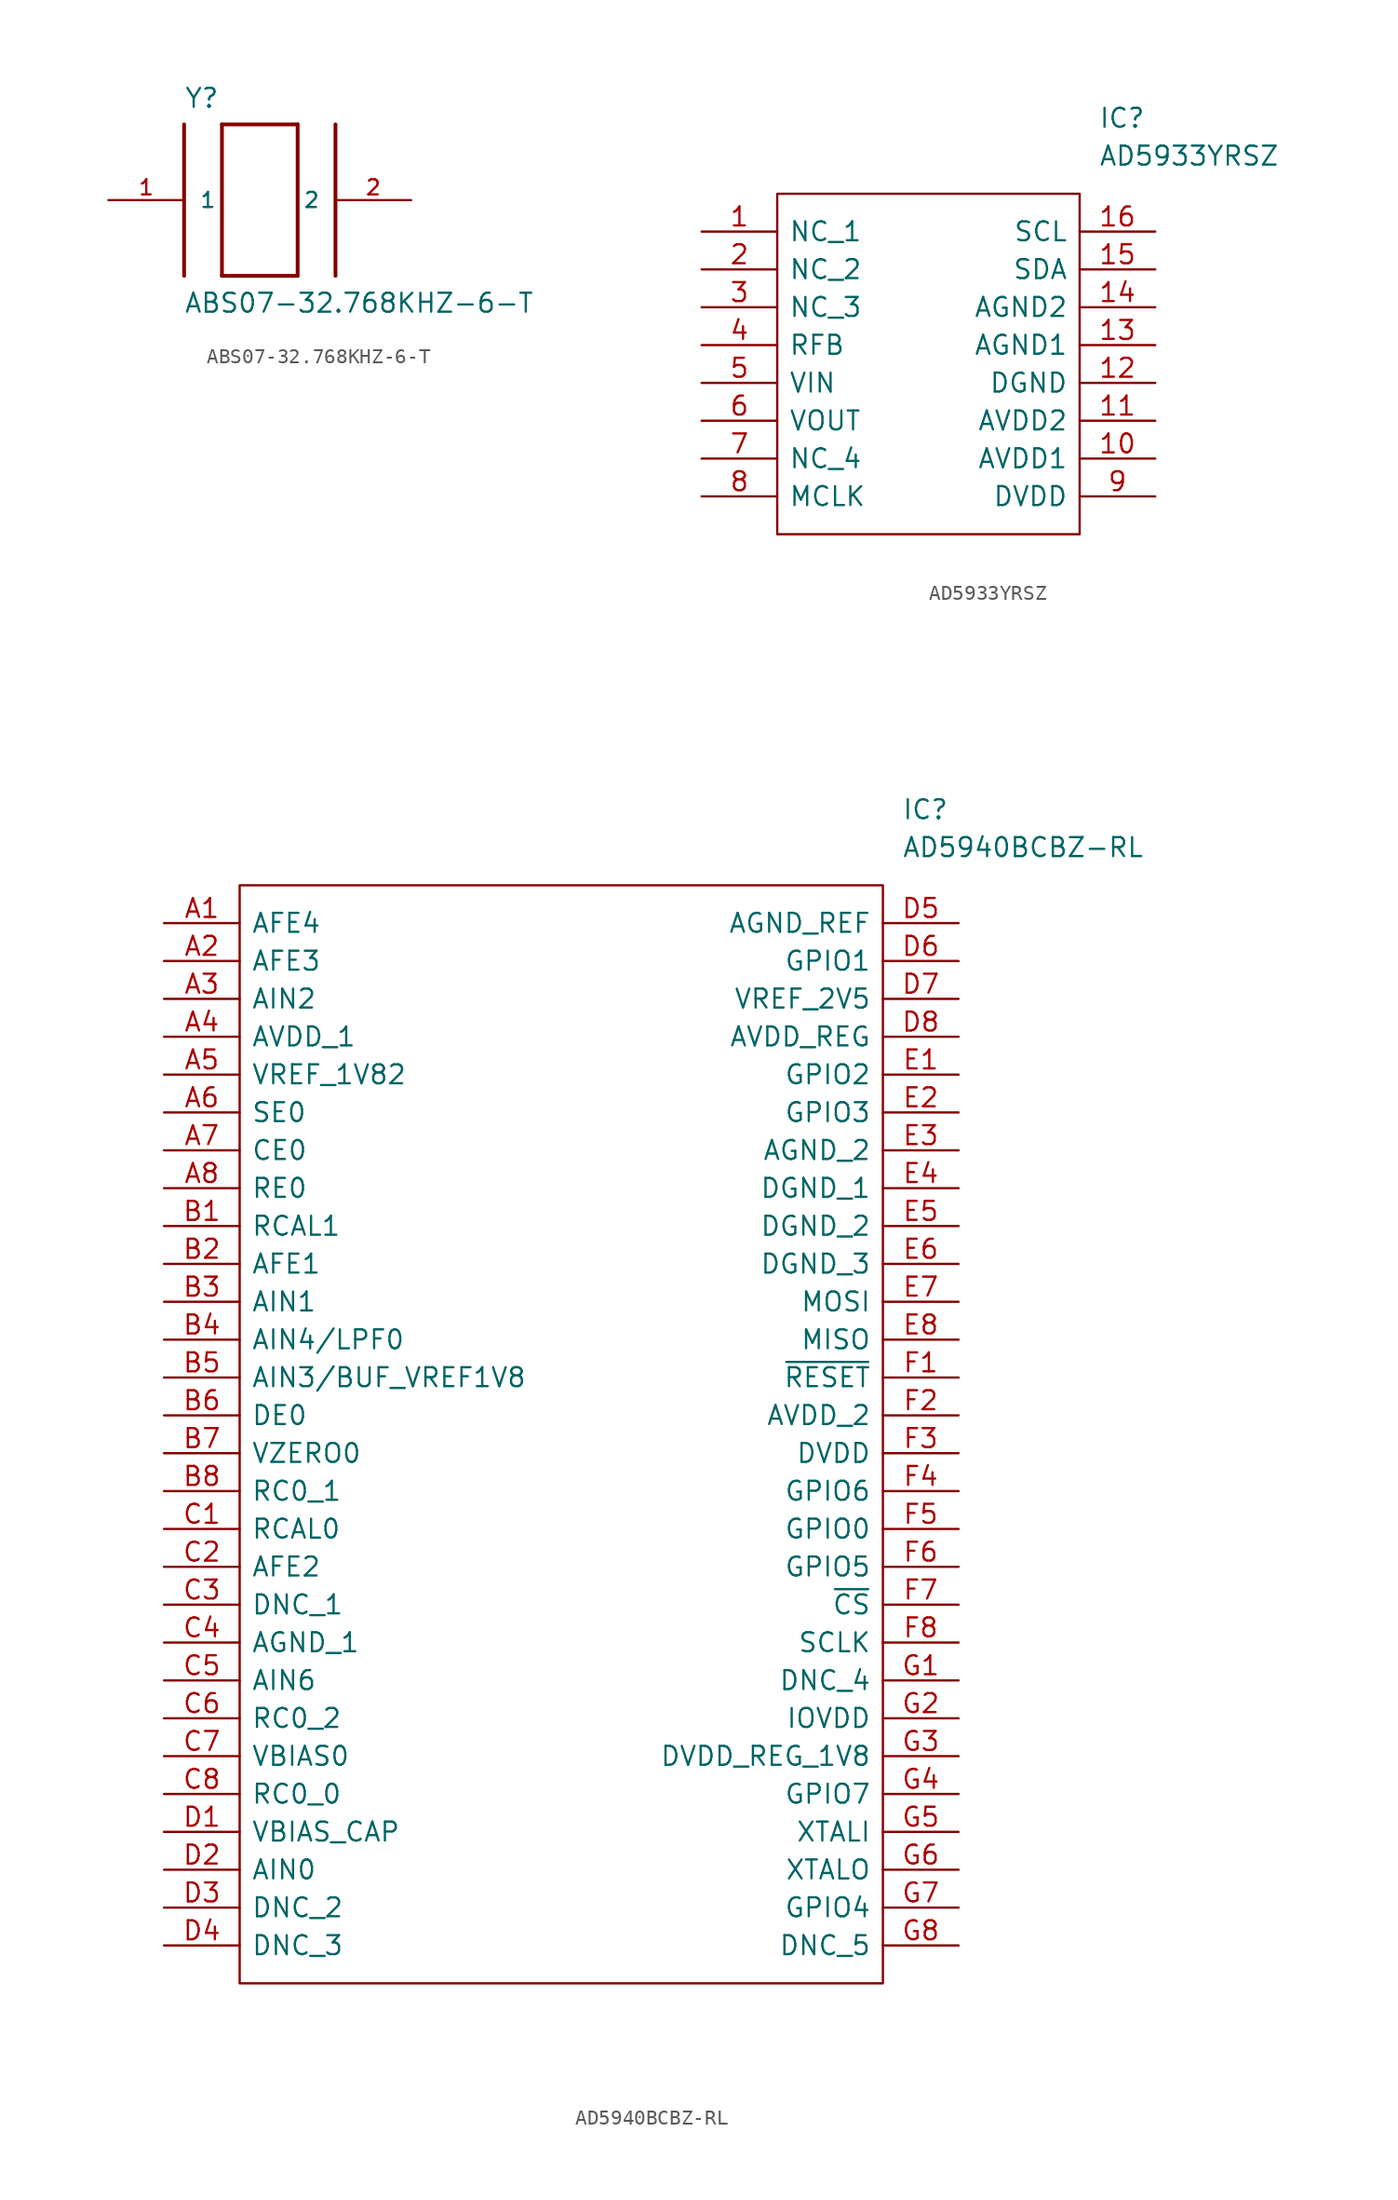
<source format=kicad_sym>
(kicad_symbol_lib
  (version 20211014)
  (generator kicad_symbol_editor)
  (symbol "ABS07-32.768KHZ-6-T"
    (pin_names
      (offset 1.016))
    (property "Reference" "Y"
      (at -5.08 6.096 0)
      (effects (font (size 1.27 1.27)) (justify left bottom)))
    (property "Value" "ABS07-32.768KHZ-6-T"
      (at -5.105 -7.645 0)
      (effects (font (size 1.27 1.27)) (justify left bottom)))
    (symbol "ABS07-32.768KHZ-6-T_0_0"
      (polyline (pts (xy -5.08 5.08) (xy -5.08 -5.08)) (stroke (width 0.254) (type default) (color 0 0 0 0)) (fill (type none)))
      (polyline (pts (xy -2.54 -5.08) (xy -2.54 5.08)) (stroke (width 0.254) (type default) (color 0 0 0 0)) (fill (type none)))
      (polyline (pts (xy -2.54 5.08) (xy 2.54 5.08)) (stroke (width 0.254) (type default) (color 0 0 0 0)) (fill (type none)))
      (polyline (pts (xy 2.54 -5.08) (xy -2.54 -5.08)) (stroke (width 0.254) (type default) (color 0 0 0 0)) (fill (type none)))
      (polyline (pts (xy 2.54 5.08) (xy 2.54 -5.08)) (stroke (width 0.254) (type default) (color 0 0 0 0)) (fill (type none)))
      (polyline (pts (xy 5.08 5.08) (xy 5.08 -5.08)) (stroke (width 0.254) (type default) (color 0 0 0 0)) (fill (type none)))
      (pin passive line (at -10.16 0 0) (length 5.08) (name "1" (effects (font (size 1.016 1.016)))) (number "1" (effects (font (size 1.016 1.016)))))
      (pin passive line (at 10.16 0 180) (length 5.08) (name "2" (effects (font (size 1.016 1.016)))) (number "2" (effects (font (size 1.016 1.016)))))))
  (symbol "AD5933YRSZ"
    (pin_names
      (offset 0.762))
    (property "Reference" "IC"
      (at 26.67 7.62 0)
      (effects (font (size 1.27 1.27)) (justify left)))
    (property "Value" "AD5933YRSZ"
      (at 26.67 5.08 0)
      (effects (font (size 1.27 1.27)) (justify left)))
    (symbol "AD5933YRSZ_0_0"
      (pin passive line (at 0 0 0) (length 5.08) (name "NC_1" (effects (font (size 1.27 1.27)))) (number "1" (effects (font (size 1.27 1.27)))))
      (pin passive line (at 30.48 -15.24 180) (length 5.08) (name "AVDD1" (effects (font (size 1.27 1.27)))) (number "10" (effects (font (size 1.27 1.27)))))
      (pin passive line (at 30.48 -12.7 180) (length 5.08) (name "AVDD2" (effects (font (size 1.27 1.27)))) (number "11" (effects (font (size 1.27 1.27)))))
      (pin passive line (at 30.48 -10.16 180) (length 5.08) (name "DGND" (effects (font (size 1.27 1.27)))) (number "12" (effects (font (size 1.27 1.27)))))
      (pin passive line (at 30.48 -7.62 180) (length 5.08) (name "AGND1" (effects (font (size 1.27 1.27)))) (number "13" (effects (font (size 1.27 1.27)))))
      (pin passive line (at 30.48 -5.08 180) (length 5.08) (name "AGND2" (effects (font (size 1.27 1.27)))) (number "14" (effects (font (size 1.27 1.27)))))
      (pin passive line (at 30.48 -2.54 180) (length 5.08) (name "SDA" (effects (font (size 1.27 1.27)))) (number "15" (effects (font (size 1.27 1.27)))))
      (pin passive line (at 30.48 0 180) (length 5.08) (name "SCL" (effects (font (size 1.27 1.27)))) (number "16" (effects (font (size 1.27 1.27)))))
      (pin passive line (at 0 -2.54 0) (length 5.08) (name "NC_2" (effects (font (size 1.27 1.27)))) (number "2" (effects (font (size 1.27 1.27)))))
      (pin passive line (at 0 -5.08 0) (length 5.08) (name "NC_3" (effects (font (size 1.27 1.27)))) (number "3" (effects (font (size 1.27 1.27)))))
      (pin passive line (at 0 -7.62 0) (length 5.08) (name "RFB" (effects (font (size 1.27 1.27)))) (number "4" (effects (font (size 1.27 1.27)))))
      (pin passive line (at 0 -10.16 0) (length 5.08) (name "VIN" (effects (font (size 1.27 1.27)))) (number "5" (effects (font (size 1.27 1.27)))))
      (pin passive line (at 0 -12.7 0) (length 5.08) (name "VOUT" (effects (font (size 1.27 1.27)))) (number "6" (effects (font (size 1.27 1.27)))))
      (pin passive line (at 0 -15.24 0) (length 5.08) (name "NC_4" (effects (font (size 1.27 1.27)))) (number "7" (effects (font (size 1.27 1.27)))))
      (pin passive line (at 0 -17.78 0) (length 5.08) (name "MCLK" (effects (font (size 1.27 1.27)))) (number "8" (effects (font (size 1.27 1.27)))))
      (pin passive line (at 30.48 -17.78 180) (length 5.08) (name "DVDD" (effects (font (size 1.27 1.27)))) (number "9" (effects (font (size 1.27 1.27))))))
    (symbol "AD5933YRSZ_0_1"
      (polyline (pts (xy 5.08 2.54) (xy 25.4 2.54) (xy 25.4 -20.32) (xy 5.08 -20.32) (xy 5.08 2.54)) (stroke (width 0.152) (type default) (color 0 0 0 0)) (fill (type none)))))
  (symbol "AD5940BCBZ-RL"
    (pin_names
      (offset 0.762))
    (property "Reference" "IC"
      (at 49.53 7.62 0)
      (effects (font (size 1.27 1.27)) (justify left)))
    (property "Value" "AD5940BCBZ-RL"
      (at 49.53 5.08 0)
      (effects (font (size 1.27 1.27)) (justify left)))
    (symbol "AD5940BCBZ-RL_0_0"
      (pin passive line (at 0 0 0) (length 5.08) (name "AFE4" (effects (font (size 1.27 1.27)))) (number "A1" (effects (font (size 1.27 1.27)))))
      (pin passive line (at 0 -2.54 0) (length 5.08) (name "AFE3" (effects (font (size 1.27 1.27)))) (number "A2" (effects (font (size 1.27 1.27)))))
      (pin passive line (at 0 -5.08 0) (length 5.08) (name "AIN2" (effects (font (size 1.27 1.27)))) (number "A3" (effects (font (size 1.27 1.27)))))
      (pin passive line (at 0 -7.62 0) (length 5.08) (name "AVDD_1" (effects (font (size 1.27 1.27)))) (number "A4" (effects (font (size 1.27 1.27)))))
      (pin passive line (at 0 -10.16 0) (length 5.08) (name "VREF_1V82" (effects (font (size 1.27 1.27)))) (number "A5" (effects (font (size 1.27 1.27)))))
      (pin passive line (at 0 -12.7 0) (length 5.08) (name "SE0" (effects (font (size 1.27 1.27)))) (number "A6" (effects (font (size 1.27 1.27)))))
      (pin passive line (at 0 -15.24 0) (length 5.08) (name "CE0" (effects (font (size 1.27 1.27)))) (number "A7" (effects (font (size 1.27 1.27)))))
      (pin passive line (at 0 -17.78 0) (length 5.08) (name "RE0" (effects (font (size 1.27 1.27)))) (number "A8" (effects (font (size 1.27 1.27)))))
      (pin passive line (at 0 -20.32 0) (length 5.08) (name "RCAL1" (effects (font (size 1.27 1.27)))) (number "B1" (effects (font (size 1.27 1.27)))))
      (pin passive line (at 0 -22.86 0) (length 5.08) (name "AFE1" (effects (font (size 1.27 1.27)))) (number "B2" (effects (font (size 1.27 1.27)))))
      (pin passive line (at 0 -25.4 0) (length 5.08) (name "AIN1" (effects (font (size 1.27 1.27)))) (number "B3" (effects (font (size 1.27 1.27)))))
      (pin passive line (at 0 -27.94 0) (length 5.08) (name "AIN4/LPF0" (effects (font (size 1.27 1.27)))) (number "B4" (effects (font (size 1.27 1.27)))))
      (pin passive line (at 0 -30.48 0) (length 5.08) (name "AIN3/BUF_VREF1V8" (effects (font (size 1.27 1.27)))) (number "B5" (effects (font (size 1.27 1.27)))))
      (pin passive line (at 0 -33.02 0) (length 5.08) (name "DE0" (effects (font (size 1.27 1.27)))) (number "B6" (effects (font (size 1.27 1.27)))))
      (pin passive line (at 0 -35.56 0) (length 5.08) (name "VZERO0" (effects (font (size 1.27 1.27)))) (number "B7" (effects (font (size 1.27 1.27)))))
      (pin passive line (at 0 -38.1 0) (length 5.08) (name "RC0_1" (effects (font (size 1.27 1.27)))) (number "B8" (effects (font (size 1.27 1.27)))))
      (pin passive line (at 0 -40.64 0) (length 5.08) (name "RCAL0" (effects (font (size 1.27 1.27)))) (number "C1" (effects (font (size 1.27 1.27)))))
      (pin passive line (at 0 -43.18 0) (length 5.08) (name "AFE2" (effects (font (size 1.27 1.27)))) (number "C2" (effects (font (size 1.27 1.27)))))
      (pin passive line (at 0 -45.72 0) (length 5.08) (name "DNC_1" (effects (font (size 1.27 1.27)))) (number "C3" (effects (font (size 1.27 1.27)))))
      (pin passive line (at 0 -48.26 0) (length 5.08) (name "AGND_1" (effects (font (size 1.27 1.27)))) (number "C4" (effects (font (size 1.27 1.27)))))
      (pin passive line (at 0 -50.8 0) (length 5.08) (name "AIN6" (effects (font (size 1.27 1.27)))) (number "C5" (effects (font (size 1.27 1.27)))))
      (pin passive line (at 0 -53.34 0) (length 5.08) (name "RC0_2" (effects (font (size 1.27 1.27)))) (number "C6" (effects (font (size 1.27 1.27)))))
      (pin passive line (at 0 -55.88 0) (length 5.08) (name "VBIAS0" (effects (font (size 1.27 1.27)))) (number "C7" (effects (font (size 1.27 1.27)))))
      (pin passive line (at 0 -58.42 0) (length 5.08) (name "RC0_0" (effects (font (size 1.27 1.27)))) (number "C8" (effects (font (size 1.27 1.27)))))
      (pin passive line (at 0 -60.96 0) (length 5.08) (name "VBIAS_CAP" (effects (font (size 1.27 1.27)))) (number "D1" (effects (font (size 1.27 1.27)))))
      (pin passive line (at 0 -63.5 0) (length 5.08) (name "AIN0" (effects (font (size 1.27 1.27)))) (number "D2" (effects (font (size 1.27 1.27)))))
      (pin passive line (at 0 -66.04 0) (length 5.08) (name "DNC_2" (effects (font (size 1.27 1.27)))) (number "D3" (effects (font (size 1.27 1.27)))))
      (pin passive line (at 0 -68.58 0) (length 5.08) (name "DNC_3" (effects (font (size 1.27 1.27)))) (number "D4" (effects (font (size 1.27 1.27)))))
      (pin passive line (at 53.34 0 180) (length 5.08) (name "AGND_REF" (effects (font (size 1.27 1.27)))) (number "D5" (effects (font (size 1.27 1.27)))))
      (pin passive line (at 53.34 -2.54 180) (length 5.08) (name "GPIO1" (effects (font (size 1.27 1.27)))) (number "D6" (effects (font (size 1.27 1.27)))))
      (pin passive line (at 53.34 -5.08 180) (length 5.08) (name "VREF_2V5" (effects (font (size 1.27 1.27)))) (number "D7" (effects (font (size 1.27 1.27)))))
      (pin passive line (at 53.34 -7.62 180) (length 5.08) (name "AVDD_REG" (effects (font (size 1.27 1.27)))) (number "D8" (effects (font (size 1.27 1.27)))))
      (pin passive line (at 53.34 -10.16 180) (length 5.08) (name "GPIO2" (effects (font (size 1.27 1.27)))) (number "E1" (effects (font (size 1.27 1.27)))))
      (pin passive line (at 53.34 -12.7 180) (length 5.08) (name "GPIO3" (effects (font (size 1.27 1.27)))) (number "E2" (effects (font (size 1.27 1.27)))))
      (pin passive line (at 53.34 -15.24 180) (length 5.08) (name "AGND_2" (effects (font (size 1.27 1.27)))) (number "E3" (effects (font (size 1.27 1.27)))))
      (pin passive line (at 53.34 -17.78 180) (length 5.08) (name "DGND_1" (effects (font (size 1.27 1.27)))) (number "E4" (effects (font (size 1.27 1.27)))))
      (pin passive line (at 53.34 -20.32 180) (length 5.08) (name "DGND_2" (effects (font (size 1.27 1.27)))) (number "E5" (effects (font (size 1.27 1.27)))))
      (pin passive line (at 53.34 -22.86 180) (length 5.08) (name "DGND_3" (effects (font (size 1.27 1.27)))) (number "E6" (effects (font (size 1.27 1.27)))))
      (pin passive line (at 53.34 -25.4 180) (length 5.08) (name "MOSI" (effects (font (size 1.27 1.27)))) (number "E7" (effects (font (size 1.27 1.27)))))
      (pin passive line (at 53.34 -27.94 180) (length 5.08) (name "MISO" (effects (font (size 1.27 1.27)))) (number "E8" (effects (font (size 1.27 1.27)))))
      (pin passive line (at 53.34 -30.48 180) (length 5.08) (name "~{RESET}" (effects (font (size 1.27 1.27)))) (number "F1" (effects (font (size 1.27 1.27)))))
      (pin passive line (at 53.34 -33.02 180) (length 5.08) (name "AVDD_2" (effects (font (size 1.27 1.27)))) (number "F2" (effects (font (size 1.27 1.27)))))
      (pin passive line (at 53.34 -35.56 180) (length 5.08) (name "DVDD" (effects (font (size 1.27 1.27)))) (number "F3" (effects (font (size 1.27 1.27)))))
      (pin passive line (at 53.34 -38.1 180) (length 5.08) (name "GPIO6" (effects (font (size 1.27 1.27)))) (number "F4" (effects (font (size 1.27 1.27)))))
      (pin passive line (at 53.34 -40.64 180) (length 5.08) (name "GPIO0" (effects (font (size 1.27 1.27)))) (number "F5" (effects (font (size 1.27 1.27)))))
      (pin passive line (at 53.34 -43.18 180) (length 5.08) (name "GPIO5" (effects (font (size 1.27 1.27)))) (number "F6" (effects (font (size 1.27 1.27)))))
      (pin passive line (at 53.34 -45.72 180) (length 5.08) (name "~{CS}" (effects (font (size 1.27 1.27)))) (number "F7" (effects (font (size 1.27 1.27)))))
      (pin passive line (at 53.34 -48.26 180) (length 5.08) (name "SCLK" (effects (font (size 1.27 1.27)))) (number "F8" (effects (font (size 1.27 1.27)))))
      (pin passive line (at 53.34 -50.8 180) (length 5.08) (name "DNC_4" (effects (font (size 1.27 1.27)))) (number "G1" (effects (font (size 1.27 1.27)))))
      (pin passive line (at 53.34 -53.34 180) (length 5.08) (name "IOVDD" (effects (font (size 1.27 1.27)))) (number "G2" (effects (font (size 1.27 1.27)))))
      (pin passive line (at 53.34 -55.88 180) (length 5.08) (name "DVDD_REG_1V8" (effects (font (size 1.27 1.27)))) (number "G3" (effects (font (size 1.27 1.27)))))
      (pin passive line (at 53.34 -58.42 180) (length 5.08) (name "GPIO7" (effects (font (size 1.27 1.27)))) (number "G4" (effects (font (size 1.27 1.27)))))
      (pin passive line (at 53.34 -60.96 180) (length 5.08) (name "XTALI" (effects (font (size 1.27 1.27)))) (number "G5" (effects (font (size 1.27 1.27)))))
      (pin passive line (at 53.34 -63.5 180) (length 5.08) (name "XTALO" (effects (font (size 1.27 1.27)))) (number "G6" (effects (font (size 1.27 1.27)))))
      (pin passive line (at 53.34 -66.04 180) (length 5.08) (name "GPIO4" (effects (font (size 1.27 1.27)))) (number "G7" (effects (font (size 1.27 1.27)))))
      (pin passive line (at 53.34 -68.58 180) (length 5.08) (name "DNC_5" (effects (font (size 1.27 1.27)))) (number "G8" (effects (font (size 1.27 1.27))))))
    (symbol "AD5940BCBZ-RL_0_1"
      (polyline (pts (xy 5.08 2.54) (xy 48.26 2.54) (xy 48.26 -71.12) (xy 5.08 -71.12) (xy 5.08 2.54)) (stroke (width 0.152) (type default) (color 0 0 0 0)) (fill (type none))))))
</source>
